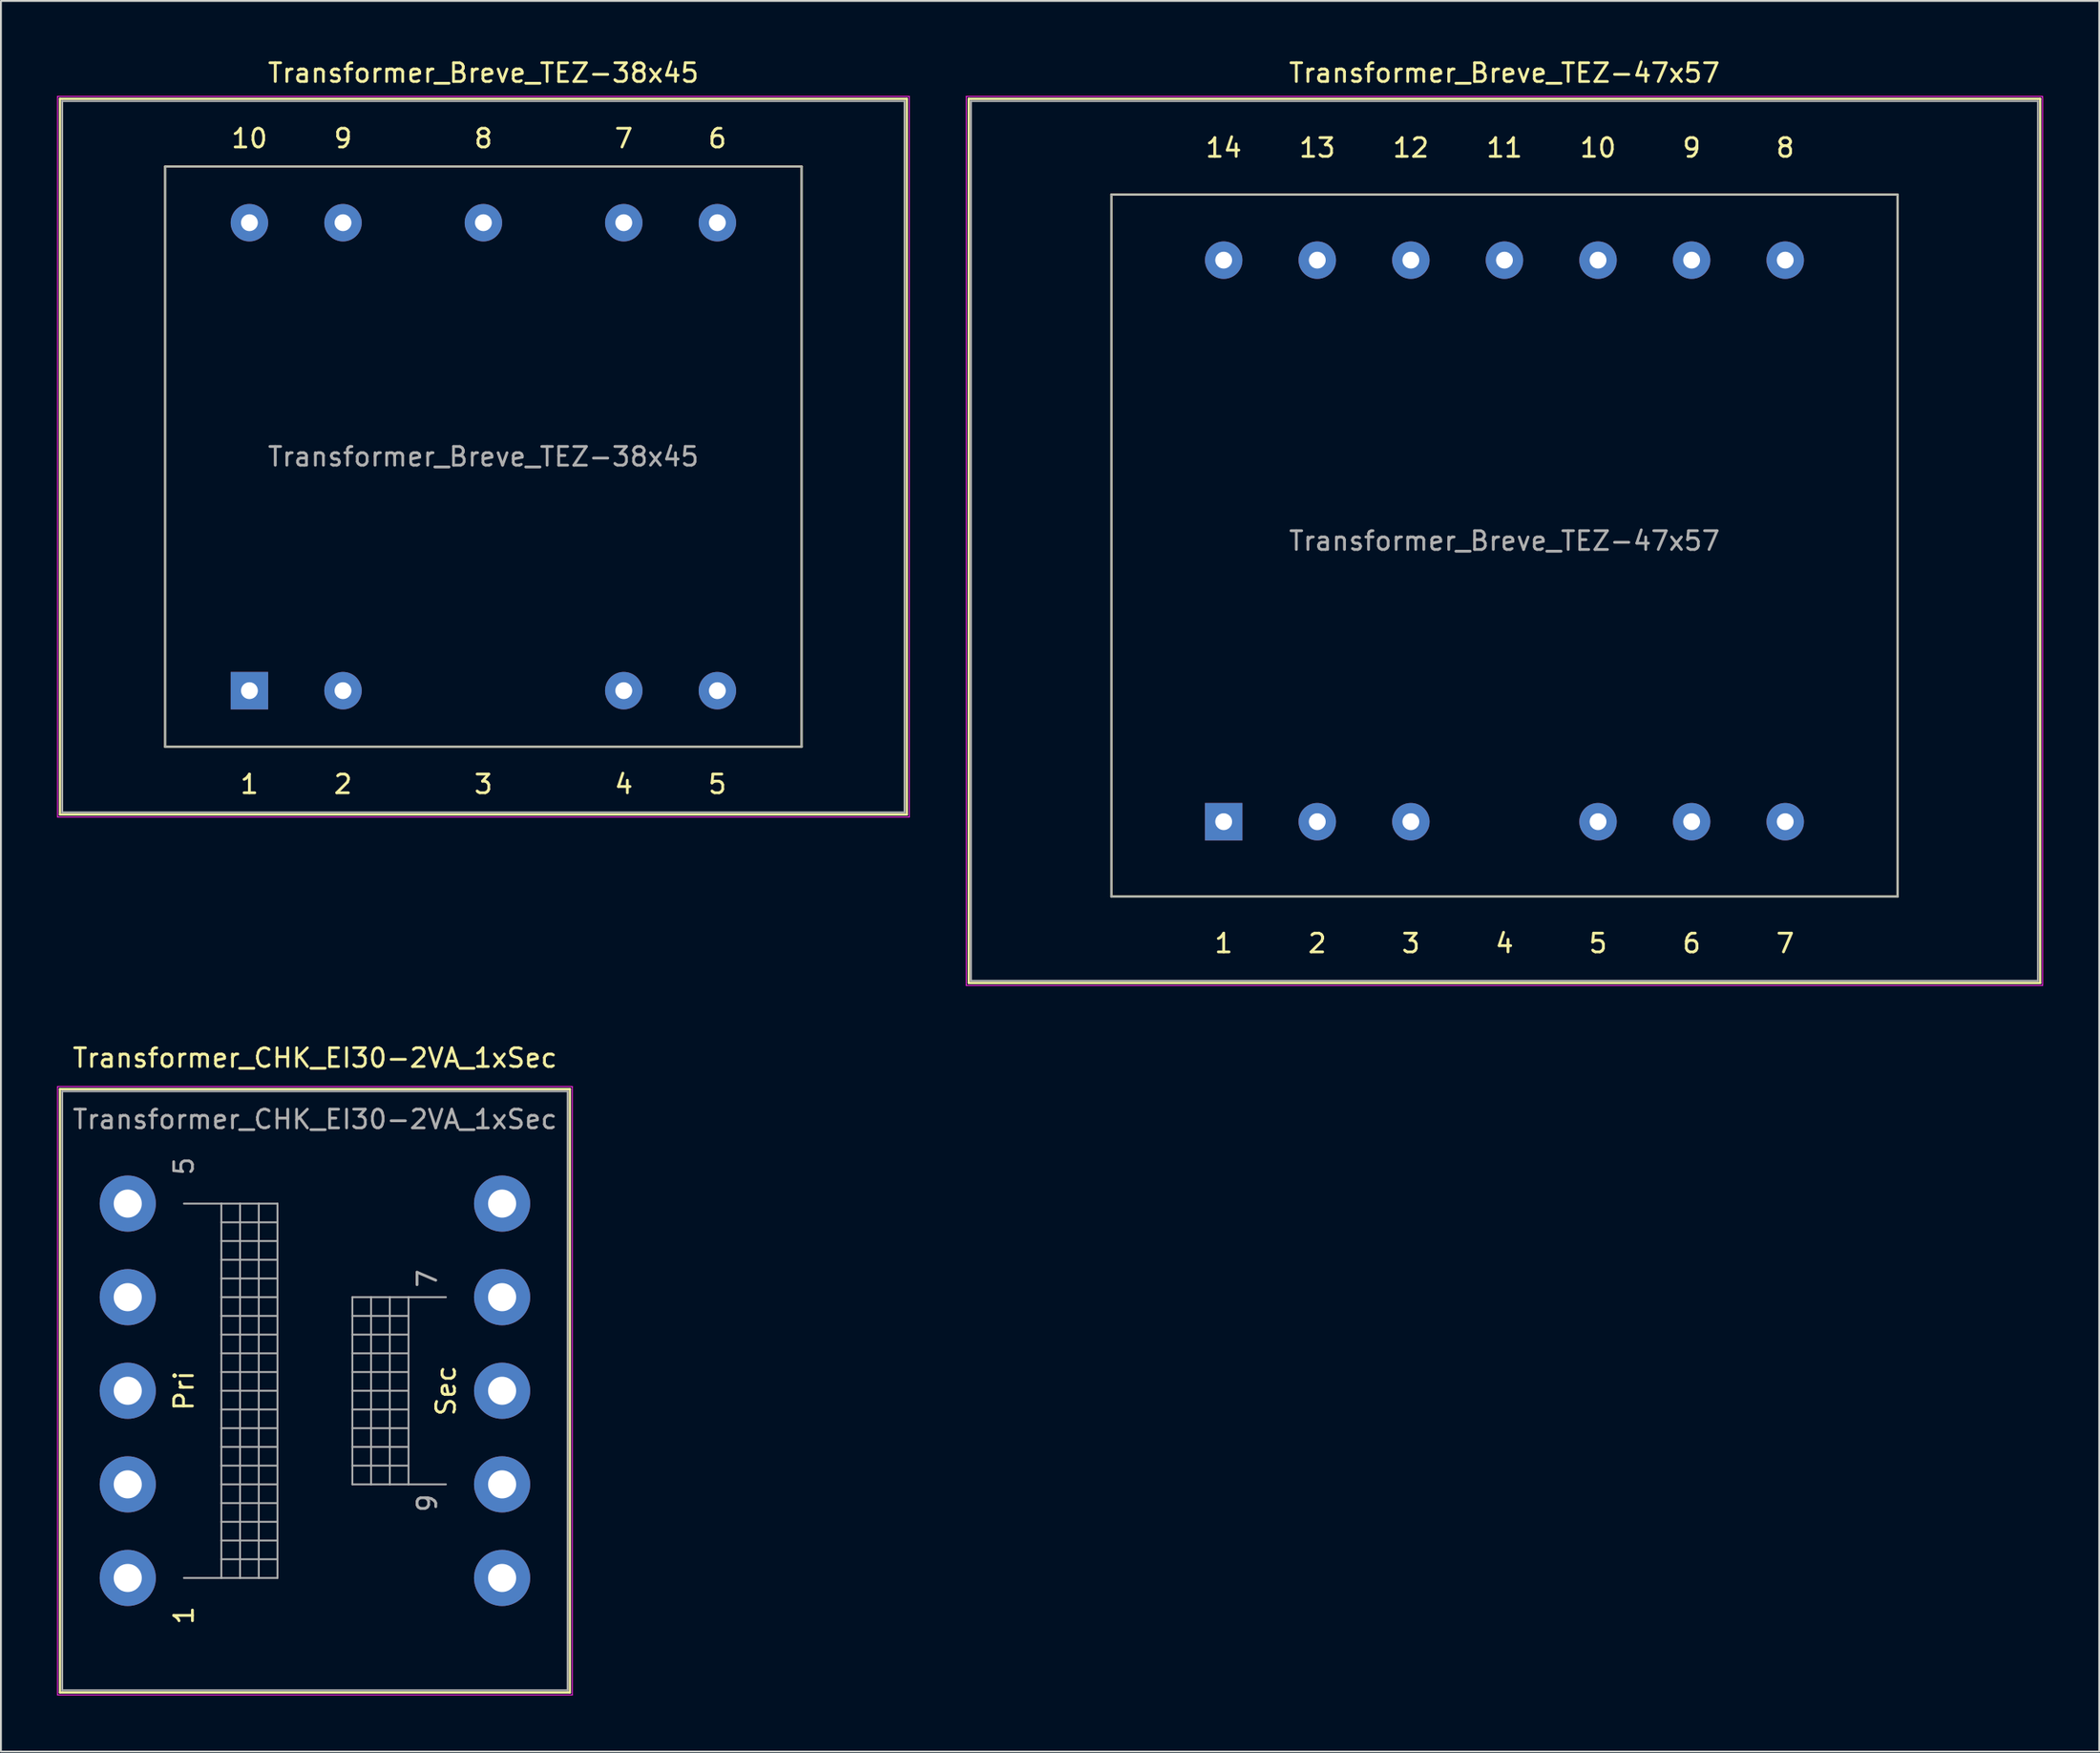
<source format=kicad_pcb>
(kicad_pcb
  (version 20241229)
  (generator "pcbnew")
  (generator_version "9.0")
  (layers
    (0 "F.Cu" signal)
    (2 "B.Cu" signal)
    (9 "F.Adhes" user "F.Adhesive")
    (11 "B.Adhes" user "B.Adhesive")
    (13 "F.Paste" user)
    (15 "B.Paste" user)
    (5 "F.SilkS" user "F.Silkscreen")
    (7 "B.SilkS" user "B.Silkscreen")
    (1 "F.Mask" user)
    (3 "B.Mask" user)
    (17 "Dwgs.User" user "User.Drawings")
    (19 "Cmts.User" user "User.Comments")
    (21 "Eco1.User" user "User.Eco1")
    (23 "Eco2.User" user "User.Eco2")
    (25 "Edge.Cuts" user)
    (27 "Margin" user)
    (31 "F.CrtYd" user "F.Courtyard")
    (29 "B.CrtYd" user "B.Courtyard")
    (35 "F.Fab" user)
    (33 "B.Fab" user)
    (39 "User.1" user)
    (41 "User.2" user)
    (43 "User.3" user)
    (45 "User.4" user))
  (footprint "Transformer_CHK_EI30-2VA_1xSec"
    (layer "F.Cu")
    (at 3.775 81.251)
    (property "Reference" "Transformer_CHK_EI30-2VA_1xSec" (at 10 -27.78 0) (layer "F.SilkS") (effects (font (size 1 1) (thickness 0.15))))
    (attr through_hole)
    (fp_line (start -3.62 -26.12) (end -3.62 6.12) (stroke (width 0.12) (type solid)) (layer "F.SilkS"))
    (fp_line (start -3.62 -26.12) (end 23.62 -26.12) (stroke (width 0.12) (type solid)) (layer "F.SilkS"))
    (fp_line (start 23.62 6.12) (end -3.62 6.12) (stroke (width 0.12) (type solid)) (layer "F.SilkS"))
    (fp_line (start 23.62 6.12) (end 23.62 -26.12) (stroke (width 0.12) (type solid)) (layer "F.SilkS"))
    (fp_line (start -3.75 -26.25) (end -3.75 6.25) (stroke (width 0.05) (type solid)) (layer "F.CrtYd"))
    (fp_line (start -3.75 -26.25) (end 23.75 -26.25) (stroke (width 0.05) (type solid)) (layer "F.CrtYd"))
    (fp_line (start 23.75 6.25) (end -3.75 6.25) (stroke (width 0.05) (type solid)) (layer "F.CrtYd"))
    (fp_line (start 23.75 6.25) (end 23.75 -26.25) (stroke (width 0.05) (type solid)) (layer "F.CrtYd"))
    (fp_line (start -3.5 -26) (end -3.5 6) (stroke (width 0.1) (type solid)) (layer "F.Fab"))
    (fp_line (start -3.5 6) (end 23.5 6) (stroke (width 0.1) (type solid)) (layer "F.Fab"))
    (fp_line (start 3 -20) (end 5 -20) (stroke (width 0.1) (type solid)) (layer "F.Fab"))
    (fp_line (start 5 -20) (end 5 0) (stroke (width 0.1) (type solid)) (layer "F.Fab"))
    (fp_line (start 5 -20) (end 6 -20) (stroke (width 0.1) (type solid)) (layer "F.Fab"))
    (fp_line (start 5 -19) (end 8 -19) (stroke (width 0.1) (type solid)) (layer "F.Fab"))
    (fp_line (start 5 -17) (end 8 -17) (stroke (width 0.1) (type solid)) (layer "F.Fab"))
    (fp_line (start 5 -15) (end 8 -15) (stroke (width 0.1) (type solid)) (layer "F.Fab"))
    (fp_line (start 5 -13) (end 8 -13) (stroke (width 0.1) (type solid)) (layer "F.Fab"))
    (fp_line (start 5 -11) (end 8 -11) (stroke (width 0.1) (type solid)) (layer "F.Fab"))
    (fp_line (start 5 -9) (end 8 -9) (stroke (width 0.1) (type solid)) (layer "F.Fab"))
    (fp_line (start 5 -7) (end 8 -7) (stroke (width 0.1) (type solid)) (layer "F.Fab"))
    (fp_line (start 5 -5) (end 8 -5) (stroke (width 0.1) (type solid)) (layer "F.Fab"))
    (fp_line (start 5 -3) (end 8 -3) (stroke (width 0.1) (type solid)) (layer "F.Fab"))
    (fp_line (start 5 -1) (end 8 -1) (stroke (width 0.1) (type solid)) (layer "F.Fab"))
    (fp_line (start 5 0) (end 3 0) (stroke (width 0.1) (type solid)) (layer "F.Fab"))
    (fp_line (start 6 -20) (end 6 0) (stroke (width 0.1) (type solid)) (layer "F.Fab"))
    (fp_line (start 6 -20) (end 7 -20) (stroke (width 0.1) (type solid)) (layer "F.Fab"))
    (fp_line (start 6 0) (end 5 0) (stroke (width 0.1) (type solid)) (layer "F.Fab"))
    (fp_line (start 7 -20) (end 7 0) (stroke (width 0.1) (type solid)) (layer "F.Fab"))
    (fp_line (start 7 -20) (end 8 -20) (stroke (width 0.1) (type solid)) (layer "F.Fab"))
    (fp_line (start 7 0) (end 6 0) (stroke (width 0.1) (type solid)) (layer "F.Fab"))
    (fp_line (start 8 -20) (end 8 0) (stroke (width 0.1) (type solid)) (layer "F.Fab"))
    (fp_line (start 8 -18) (end 5 -18) (stroke (width 0.1) (type solid)) (layer "F.Fab"))
    (fp_line (start 8 -16) (end 5 -16) (stroke (width 0.1) (type solid)) (layer "F.Fab"))
    (fp_line (start 8 -14) (end 5 -14) (stroke (width 0.1) (type solid)) (layer "F.Fab"))
    (fp_line (start 8 -12) (end 5 -12) (stroke (width 0.1) (type solid)) (layer "F.Fab"))
    (fp_line (start 8 -10) (end 5 -10) (stroke (width 0.1) (type solid)) (layer "F.Fab"))
    (fp_line (start 8 -8) (end 5 -8) (stroke (width 0.1) (type solid)) (layer "F.Fab"))
    (fp_line (start 8 -6) (end 5 -6) (stroke (width 0.1) (type solid)) (layer "F.Fab"))
    (fp_line (start 8 -4) (end 5 -4) (stroke (width 0.1) (type solid)) (layer "F.Fab"))
    (fp_line (start 8 -2) (end 5 -2) (stroke (width 0.1) (type solid)) (layer "F.Fab"))
    (fp_line (start 8 0) (end 7 0) (stroke (width 0.1) (type solid)) (layer "F.Fab"))
    (fp_line (start 12 -15) (end 12 -5) (stroke (width 0.1) (type solid)) (layer "F.Fab"))
    (fp_line (start 12 -14) (end 15 -14) (stroke (width 0.1) (type solid)) (layer "F.Fab"))
    (fp_line (start 12 -12) (end 15 -12) (stroke (width 0.1) (type solid)) (layer "F.Fab"))
    (fp_line (start 12 -10) (end 15 -10) (stroke (width 0.1) (type solid)) (layer "F.Fab"))
    (fp_line (start 12 -8) (end 15 -8) (stroke (width 0.1) (type solid)) (layer "F.Fab"))
    (fp_line (start 12 -6) (end 15 -6) (stroke (width 0.1) (type solid)) (layer "F.Fab"))
    (fp_line (start 12 -5) (end 13 -5) (stroke (width 0.1) (type solid)) (layer "F.Fab"))
    (fp_line (start 13 -15) (end 12 -15) (stroke (width 0.1) (type solid)) (layer "F.Fab"))
    (fp_line (start 13 -15) (end 13 -5) (stroke (width 0.1) (type solid)) (layer "F.Fab"))
    (fp_line (start 13 -5) (end 14 -5) (stroke (width 0.1) (type solid)) (layer "F.Fab"))
    (fp_line (start 14 -15) (end 13 -15) (stroke (width 0.1) (type solid)) (layer "F.Fab"))
    (fp_line (start 14 -15) (end 14 -5) (stroke (width 0.1) (type solid)) (layer "F.Fab"))
    (fp_line (start 14 -5) (end 15 -5) (stroke (width 0.1) (type solid)) (layer "F.Fab"))
    (fp_line (start 15 -15) (end 14 -15) (stroke (width 0.1) (type solid)) (layer "F.Fab"))
    (fp_line (start 15 -15) (end 15 -5) (stroke (width 0.1) (type solid)) (layer "F.Fab"))
    (fp_line (start 15 -13) (end 12 -13) (stroke (width 0.1) (type solid)) (layer "F.Fab"))
    (fp_line (start 15 -11) (end 12 -11) (stroke (width 0.1) (type solid)) (layer "F.Fab"))
    (fp_line (start 15 -9) (end 12 -9) (stroke (width 0.1) (type solid)) (layer "F.Fab"))
    (fp_line (start 15 -7) (end 12 -7) (stroke (width 0.1) (type solid)) (layer "F.Fab"))
    (fp_line (start 15 -5) (end 17 -5) (stroke (width 0.1) (type solid)) (layer "F.Fab"))
    (fp_line (start 17 -15) (end 15 -15) (stroke (width 0.1) (type solid)) (layer "F.Fab"))
    (fp_line (start 23.5 -26) (end -3.5 -26) (stroke (width 0.1) (type solid)) (layer "F.Fab"))
    (fp_line (start 23.5 6) (end 23.5 -26) (stroke (width 0.1) (type solid)) (layer "F.Fab"))
    (fp_text user "1" (at 3 2 90) (layer "F.SilkS") (effects (font (size 1 1) (thickness 0.15))))
    (fp_text user "Pri" (at 3 -10 90) (layer "F.SilkS") (effects (font (size 1 1) (thickness 0.15))))
    (fp_text user "Sec" (at 17 -10 90) (layer "F.SilkS") (effects (font (size 1 1) (thickness 0.15))))
    (fp_text user "7" (at 16 -16 90) (layer "F.Fab") (effects (font (size 1 1) (thickness 0.15))))
    (fp_text user "${REFERENCE}" (at 10 -24.5 0) (layer "F.Fab") (effects (font (size 1 1) (thickness 0.15))))
    (fp_text user "5" (at 3 -22 90) (layer "F.Fab") (effects (font (size 1 1) (thickness 0.15))))
    (fp_text user "9" (at 16 -4 90) (layer "F.Fab") (effects (font (size 1 1) (thickness 0.15))))
    (pad "1" thru_hole circle (at 0 0) (size 3 3) (drill 1.5) (layers "*.Cu" "*.Mask"))
    (pad "2" thru_hole circle (at 0 -5) (size 3 3) (drill 1.5) (layers "*.Cu" "*.Mask"))
    (pad "3" thru_hole circle (at 0 -10) (size 3 3) (drill 1.5) (layers "*.Cu" "*.Mask"))
    (pad "4" thru_hole circle (at 0 -15) (size 3 3) (drill 1.5) (layers "*.Cu" "*.Mask"))
    (pad "5" thru_hole circle (at 0 -20) (size 3 3) (drill 1.5) (layers "*.Cu" "*.Mask"))
    (pad "6" thru_hole circle (at 20 -20) (size 3 3) (drill 1.5) (layers "*.Cu" "*.Mask"))
    (pad "7" thru_hole circle (at 20 -15) (size 3 3) (drill 1.5) (layers "*.Cu" "*.Mask"))
    (pad "8" thru_hole circle (at 20 -10) (size 3 3) (drill 1.5) (layers "*.Cu" "*.Mask"))
    (pad "9" thru_hole circle (at 20 -5) (size 3 3) (drill 1.5) (layers "*.Cu" "*.Mask"))
    (pad "10" thru_hole circle (at 20 0) (size 3 3) (drill 1.5) (layers "*.Cu" "*.Mask")))
  (footprint "Transformer_Breve_TEZ-47x57"
    (layer "F.Cu")
    (at 62.325 40.848)
    (property "Reference" "Transformer_Breve_TEZ-47x57" (at 15 -40 0) (layer "F.SilkS") (effects (font (size 1 1) (thickness 0.15))))
    (attr through_hole)
    (fp_line (start -13.62 -38.62) (end -13.62 8.62) (stroke (width 0.12) (type solid)) (layer "F.SilkS"))
    (fp_line (start -13.62 -38.62) (end 43.62 -38.62) (stroke (width 0.12) (type solid)) (layer "F.SilkS"))
    (fp_line (start -6 -33.5) (end -6 4) (stroke (width 0.12) (type solid)) (layer "F.SilkS"))
    (fp_line (start -6 4) (end 36 4) (stroke (width 0.12) (type solid)) (layer "F.SilkS"))
    (fp_line (start 36 -33.5) (end -6 -33.5) (stroke (width 0.12) (type solid)) (layer "F.SilkS"))
    (fp_line (start 36 4) (end 36 -33.5) (stroke (width 0.12) (type solid)) (layer "F.SilkS"))
    (fp_line (start 43.62 8.62) (end -13.62 8.62) (stroke (width 0.12) (type solid)) (layer "F.SilkS"))
    (fp_line (start 43.62 8.62) (end 43.62 -38.62) (stroke (width 0.12) (type solid)) (layer "F.SilkS"))
    (fp_line (start -13.75 -38.75) (end -13.75 8.75) (stroke (width 0.05) (type solid)) (layer "F.CrtYd"))
    (fp_line (start -13.75 -38.75) (end 43.75 -38.75) (stroke (width 0.05) (type solid)) (layer "F.CrtYd"))
    (fp_line (start 43.75 8.75) (end -13.75 8.75) (stroke (width 0.05) (type solid)) (layer "F.CrtYd"))
    (fp_line (start 43.75 8.75) (end 43.75 -38.75) (stroke (width 0.05) (type solid)) (layer "F.CrtYd"))
    (fp_line (start -13.5 -38.5) (end -13.5 8.5) (stroke (width 0.1) (type solid)) (layer "F.Fab"))
    (fp_line (start -13.5 -38.5) (end 43.5 -38.5) (stroke (width 0.1) (type solid)) (layer "F.Fab"))
    (fp_line (start -6 -33.5) (end -6 4) (stroke (width 0.1) (type solid)) (layer "F.Fab"))
    (fp_line (start -6 4) (end 36 4) (stroke (width 0.1) (type solid)) (layer "F.Fab"))
    (fp_line (start 36 -33.5) (end -6 -33.5) (stroke (width 0.1) (type solid)) (layer "F.Fab"))
    (fp_line (start 36 4) (end 36 -33.5) (stroke (width 0.1) (type solid)) (layer "F.Fab"))
    (fp_line (start 43.5 -38.5) (end 43.5 8.5) (stroke (width 0.1) (type solid)) (layer "F.Fab"))
    (fp_line (start 43.5 8.5) (end -13.5 8.5) (stroke (width 0.1) (type solid)) (layer "F.Fab"))
    (fp_text user "14" (at 0 -36 0) (layer "F.SilkS") (effects (font (size 1 1) (thickness 0.15))))
    (fp_text user "9" (at 25 -36 0) (layer "F.SilkS") (effects (font (size 1 1) (thickness 0.15))))
    (fp_text user "7" (at 30 6.5 0) (layer "F.SilkS") (effects (font (size 1 1) (thickness 0.15))))
    (fp_text user "5" (at 20 6.5 0) (layer "F.SilkS") (effects (font (size 1 1) (thickness 0.15))))
    (fp_text user "1" (at 0 6.5 0) (layer "F.SilkS") (effects (font (size 1 1) (thickness 0.15))))
    (fp_text user "8" (at 30 -36 0) (layer "F.SilkS") (effects (font (size 1 1) (thickness 0.15))))
    (fp_text user "11" (at 15 -36 0) (layer "F.SilkS") (effects (font (size 1 1) (thickness 0.15))))
    (fp_text user "12" (at 10 -36 0) (layer "F.SilkS") (effects (font (size 1 1) (thickness 0.15))))
    (fp_text user "6" (at 25 6.5 0) (layer "F.SilkS") (effects (font (size 1 1) (thickness 0.15))))
    (fp_text user "13" (at 5 -36 0) (layer "F.SilkS") (effects (font (size 1 1) (thickness 0.15))))
    (fp_text user "10" (at 20 -36 0) (layer "F.SilkS") (effects (font (size 1 1) (thickness 0.15))))
    (fp_text user "3" (at 10 6.5 0) (layer "F.SilkS") (effects (font (size 1 1) (thickness 0.15))))
    (fp_text user "2" (at 5 6.5 0) (layer "F.SilkS") (effects (font (size 1 1) (thickness 0.15))))
    (fp_text user "4" (at 15 6.5 0) (layer "F.SilkS") (effects (font (size 1 1) (thickness 0.15))))
    (fp_text user "${REFERENCE}" (at 15 -15 0) (layer "F.Fab") (effects (font (size 1 1) (thickness 0.15))))
    (pad "1" thru_hole rect (at 0 0) (size 2 2) (drill 0.9) (layers "*.Cu" "*.Mask"))
    (pad "2" thru_hole circle (at 5 0) (size 2 2) (drill 0.9) (layers "*.Cu" "*.Mask"))
    (pad "3" thru_hole circle (at 10 0) (size 2 2) (drill 0.9) (layers "*.Cu" "*.Mask"))
    (pad "5" thru_hole circle (at 20 0) (size 2 2) (drill 0.9) (layers "*.Cu" "*.Mask"))
    (pad "6" thru_hole circle (at 25 0) (size 2 2) (drill 0.9) (layers "*.Cu" "*.Mask"))
    (pad "7" thru_hole circle (at 30 0) (size 2 2) (drill 0.9) (layers "*.Cu" "*.Mask"))
    (pad "8" thru_hole circle (at 30 -30) (size 2 2) (drill 0.9) (layers "*.Cu" "*.Mask"))
    (pad "9" thru_hole circle (at 25 -30) (size 2 2) (drill 0.9) (layers "*.Cu" "*.Mask"))
    (pad "10" thru_hole circle (at 20 -30) (size 2 2) (drill 0.9) (layers "*.Cu" "*.Mask"))
    (pad "11" thru_hole circle (at 15 -30) (size 2 2) (drill 0.9) (layers "*.Cu" "*.Mask"))
    (pad "12" thru_hole circle (at 10 -30) (size 2 2) (drill 0.9) (layers "*.Cu" "*.Mask"))
    (pad "13" thru_hole circle (at 5 -30) (size 2 2) (drill 0.9) (layers "*.Cu" "*.Mask"))
    (pad "14" thru_hole circle (at 0 -30) (size 2 2) (drill 0.9) (layers "*.Cu" "*.Mask")))
  (footprint "Transformer_Breve_TEZ-38x45"
    (layer "F.Cu")
    (at 10.275 33.848)
    (property "Reference" "Transformer_Breve_TEZ-38x45" (at 12.5 -33 0) (layer "F.SilkS") (effects (font (size 1 1) (thickness 0.15))))
    (attr through_hole)
    (fp_line (start -10.12 -31.62) (end -10.12 6.62) (stroke (width 0.12) (type solid)) (layer "F.SilkS"))
    (fp_line (start -10.12 -31.62) (end 35.12 -31.62) (stroke (width 0.12) (type solid)) (layer "F.SilkS"))
    (fp_line (start -4.5 -28) (end 29.5 -28) (stroke (width 0.12) (type solid)) (layer "F.SilkS"))
    (fp_line (start -4.5 3) (end -4.5 -28) (stroke (width 0.12) (type solid)) (layer "F.SilkS"))
    (fp_line (start 29.5 -28) (end 29.5 3) (stroke (width 0.12) (type solid)) (layer "F.SilkS"))
    (fp_line (start 29.5 3) (end -4.5 3) (stroke (width 0.12) (type solid)) (layer "F.SilkS"))
    (fp_line (start 35.12 6.62) (end -10.12 6.62) (stroke (width 0.12) (type solid)) (layer "F.SilkS"))
    (fp_line (start 35.12 6.62) (end 35.12 -31.62) (stroke (width 0.12) (type solid)) (layer "F.SilkS"))
    (fp_line (start -10.25 -31.75) (end -10.25 6.75) (stroke (width 0.05) (type solid)) (layer "F.CrtYd"))
    (fp_line (start -10.25 -31.75) (end 35.25 -31.75) (stroke (width 0.05) (type solid)) (layer "F.CrtYd"))
    (fp_line (start 35.25 6.75) (end -10.25 6.75) (stroke (width 0.05) (type solid)) (layer "F.CrtYd"))
    (fp_line (start 35.25 6.75) (end 35.25 -31.75) (stroke (width 0.05) (type solid)) (layer "F.CrtYd"))
    (fp_line (start -10 -31.5) (end 35 -31.5) (stroke (width 0.1) (type solid)) (layer "F.Fab"))
    (fp_line (start -10 6.5) (end -10 -31.5) (stroke (width 0.1) (type solid)) (layer "F.Fab"))
    (fp_line (start -4.5 -28) (end 29.5 -28) (stroke (width 0.1) (type solid)) (layer "F.Fab"))
    (fp_line (start -4.5 3) (end -4.5 -28) (stroke (width 0.1) (type solid)) (layer "F.Fab"))
    (fp_line (start 29.5 -28) (end 29.5 3) (stroke (width 0.1) (type solid)) (layer "F.Fab"))
    (fp_line (start 29.5 3) (end -4.5 3) (stroke (width 0.1) (type solid)) (layer "F.Fab"))
    (fp_line (start 35 -31.5) (end 35 6.5) (stroke (width 0.1) (type solid)) (layer "F.Fab"))
    (fp_line (start 35 6.5) (end -10 6.5) (stroke (width 0.1) (type solid)) (layer "F.Fab"))
    (fp_text user "5" (at 25 5 0) (layer "F.SilkS") (effects (font (size 1 1) (thickness 0.15))))
    (fp_text user "9" (at 5 -29.5 0) (layer "F.SilkS") (effects (font (size 1 1) (thickness 0.15))))
    (fp_text user "10" (at 0 -29.5 0) (layer "F.SilkS") (effects (font (size 1 1) (thickness 0.15))))
    (fp_text user "6" (at 25 -29.5 0) (layer "F.SilkS") (effects (font (size 1 1) (thickness 0.15))))
    (fp_text user "1" (at 0 5 0) (layer "F.SilkS") (effects (font (size 1 1) (thickness 0.15))))
    (fp_text user "4" (at 20 5 0) (layer "F.SilkS") (effects (font (size 1 1) (thickness 0.15))))
    (fp_text user "3" (at 12.5 5 0) (layer "F.SilkS") (effects (font (size 1 1) (thickness 0.15))))
    (fp_text user "2" (at 5 5 0) (layer "F.SilkS") (effects (font (size 1 1) (thickness 0.15))))
    (fp_text user "7" (at 20 -29.5 0) (layer "F.SilkS") (effects (font (size 1 1) (thickness 0.15))))
    (fp_text user "8" (at 12.5 -29.5 0) (layer "F.SilkS") (effects (font (size 1 1) (thickness 0.15))))
    (fp_text user "${REFERENCE}" (at 12.5 -12.5 0) (layer "F.Fab") (effects (font (size 1 1) (thickness 0.15))))
    (pad "1" thru_hole rect (at 0 0) (size 2 2) (drill 0.9) (layers "*.Cu" "*.Mask"))
    (pad "2" thru_hole circle (at 5 0) (size 2 2) (drill 0.9) (layers "*.Cu" "*.Mask"))
    (pad "4" thru_hole circle (at 20 0) (size 2 2) (drill 0.9) (layers "*.Cu" "*.Mask"))
    (pad "5" thru_hole circle (at 25 0) (size 2 2) (drill 0.9) (layers "*.Cu" "*.Mask"))
    (pad "6" thru_hole circle (at 25 -25) (size 2 2) (drill 0.9) (layers "*.Cu" "*.Mask"))
    (pad "7" thru_hole circle (at 20 -25) (size 2 2) (drill 0.9) (layers "*.Cu" "*.Mask"))
    (pad "8" thru_hole circle (at 12.5 -25) (size 2 2) (drill 0.9) (layers "*.Cu" "*.Mask"))
    (pad "9" thru_hole circle (at 5 -25) (size 2 2) (drill 0.9) (layers "*.Cu" "*.Mask"))
    (pad "10" thru_hole circle (at 0 -25) (size 2 2) (drill 0.9) (layers "*.Cu" "*.Mask")))
  (gr_rect
    (start -3 -3)
    (end 109.1 90.526)
    (stroke (width 0.1) (type default))
    (fill no)
    (layer "Edge.Cuts")))
</source>
